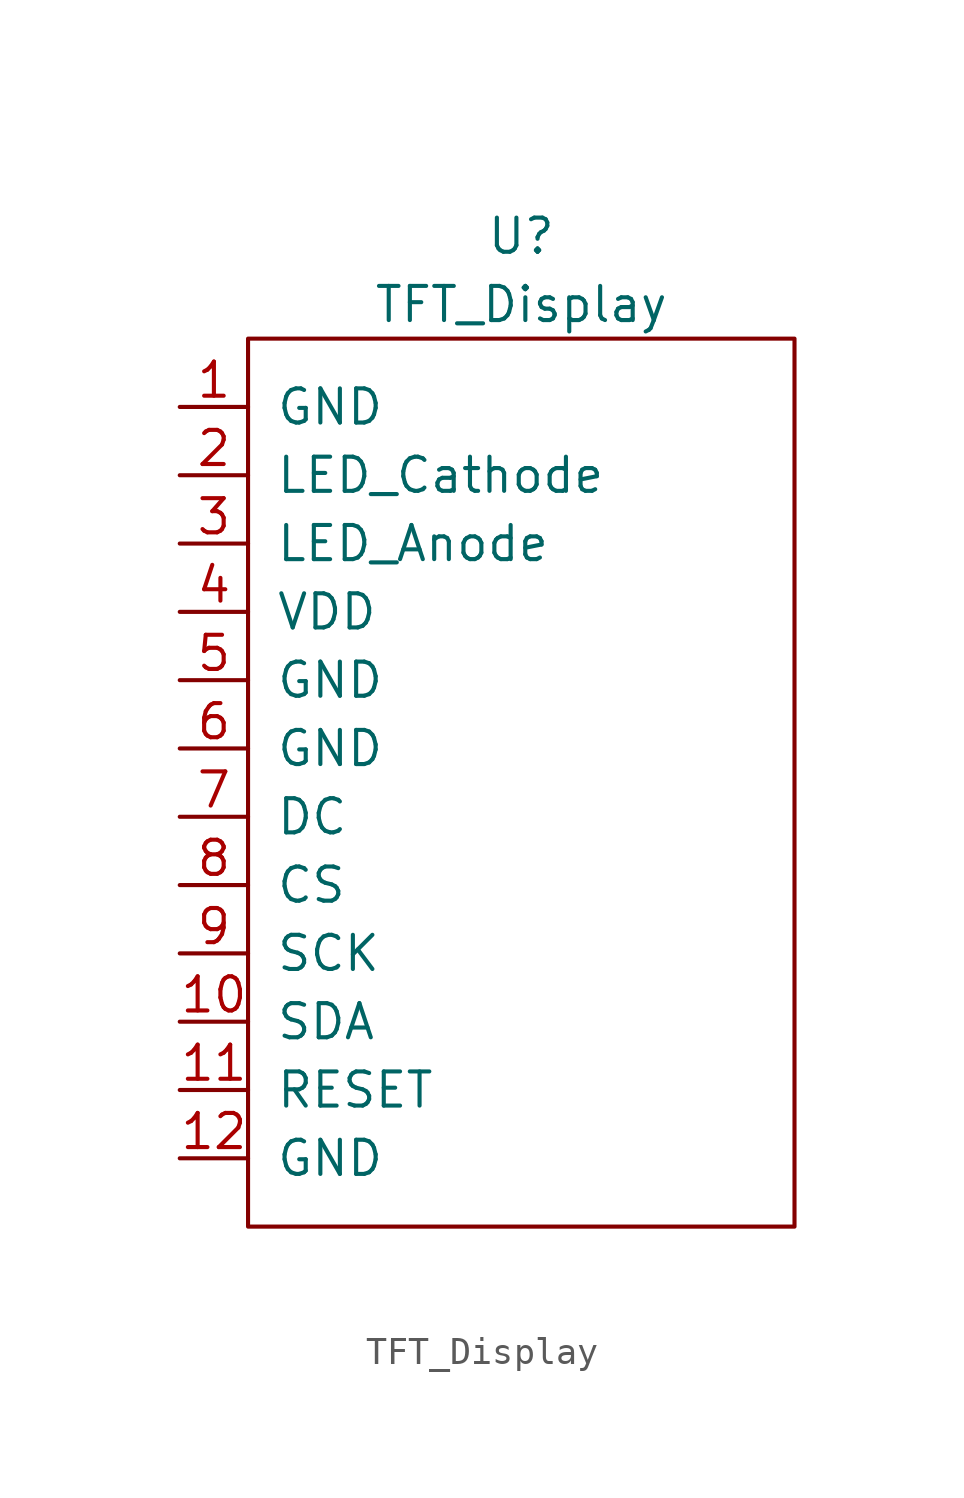
<source format=kicad_sym>
(kicad_symbol_lib
  (version 20211014)
  (generator kicad_symbol_editor)
  (symbol "TFT_Display"
    (pin_names
      (offset 1.016))
    (property "Reference" "U"
      (at 0 20.32 0)
      (effects (font (size 1.27 1.27))))
    (property "Value" "TFT_Display"
      (at 0 17.78 0)
      (effects (font (size 1.27 1.27))))
    (symbol "TFT_Display_0_1"
      (rectangle (start -10.16 16.51) (end 10.16 -16.51) (stroke (width 0) (type default) (color 0 0 0 0)) (fill (type none))))
    (symbol "TFT_Display_1_1"
      (pin power_out line (at -12.7 13.97 0) (length 2.54) (name "GND" (effects (font (size 1.27 1.27)))) (number "1" (effects (font (size 1.27 1.27)))))
      (pin input line (at -12.7 -8.89 0) (length 2.54) (name "SDA" (effects (font (size 1.27 1.27)))) (number "10" (effects (font (size 1.27 1.27)))))
      (pin input line (at -12.7 -11.43 0) (length 2.54) (name "RESET" (effects (font (size 1.27 1.27)))) (number "11" (effects (font (size 1.27 1.27)))))
      (pin power_out line (at -12.7 -13.97 0) (length 2.54) (name "GND" (effects (font (size 1.27 1.27)))) (number "12" (effects (font (size 1.27 1.27)))))
      (pin power_out line (at -12.7 11.43 0) (length 2.54) (name "LED_Cathode" (effects (font (size 1.27 1.27)))) (number "2" (effects (font (size 1.27 1.27)))))
      (pin power_in line (at -12.7 8.89 0) (length 2.54) (name "LED_Anode" (effects (font (size 1.27 1.27)))) (number "3" (effects (font (size 1.27 1.27)))))
      (pin power_in line (at -12.7 6.35 0) (length 2.54) (name "VDD" (effects (font (size 1.27 1.27)))) (number "4" (effects (font (size 1.27 1.27)))))
      (pin power_out line (at -12.7 3.81 0) (length 2.54) (name "GND" (effects (font (size 1.27 1.27)))) (number "5" (effects (font (size 1.27 1.27)))))
      (pin power_out line (at -12.7 1.27 0) (length 2.54) (name "GND" (effects (font (size 1.27 1.27)))) (number "6" (effects (font (size 1.27 1.27)))))
      (pin input line (at -12.7 -1.27 0) (length 2.54) (name "DC" (effects (font (size 1.27 1.27)))) (number "7" (effects (font (size 1.27 1.27)))))
      (pin input line (at -12.7 -3.81 0) (length 2.54) (name "CS" (effects (font (size 1.27 1.27)))) (number "8" (effects (font (size 1.27 1.27)))))
      (pin input line (at -12.7 -6.35 0) (length 2.54) (name "SCK" (effects (font (size 1.27 1.27)))) (number "9" (effects (font (size 1.27 1.27))))))))
</source>
